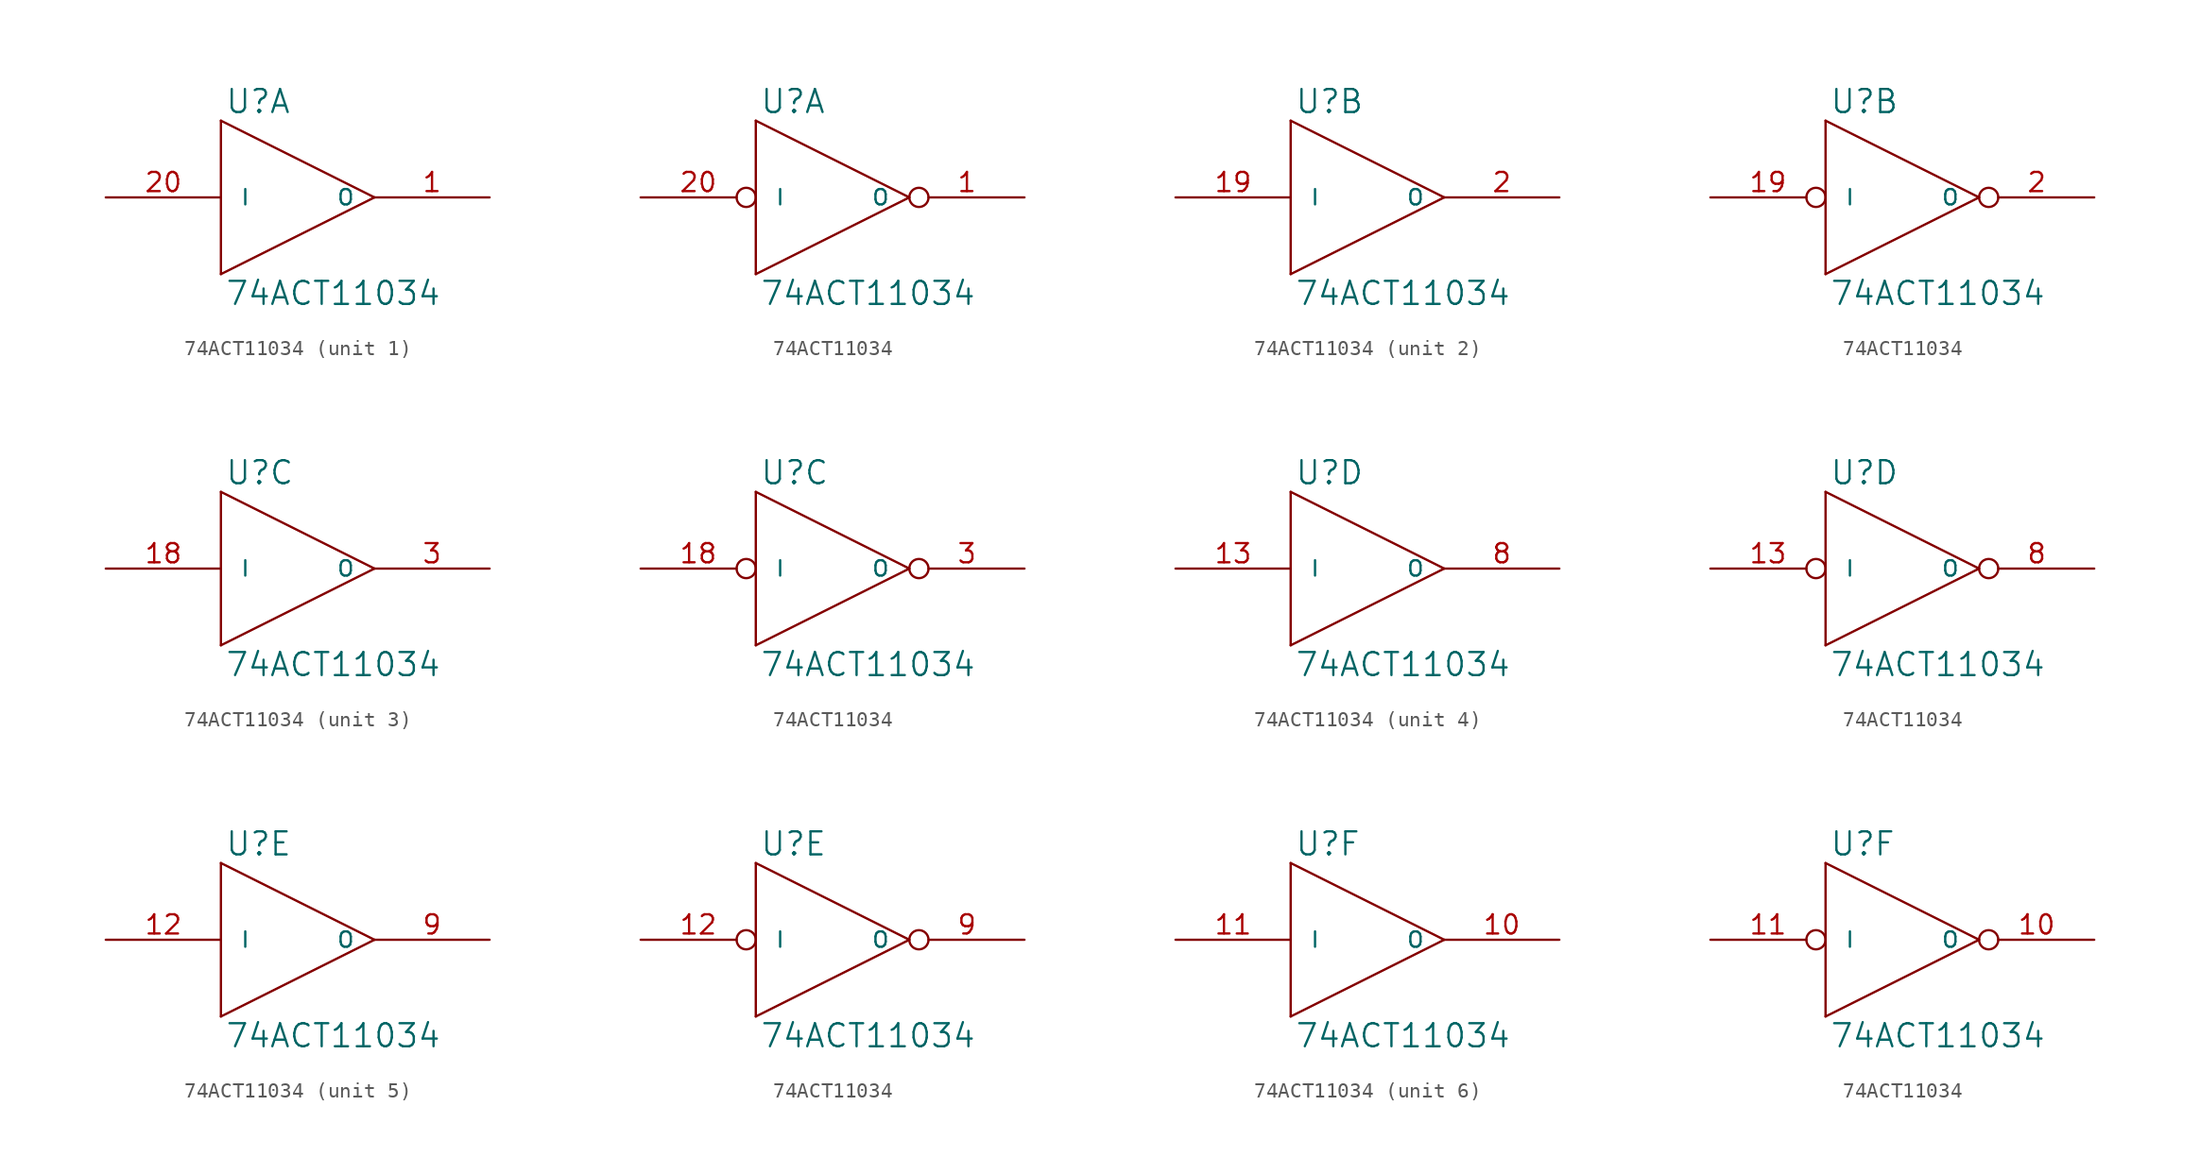
<source format=kicad_sym>
(kicad_symbol_lib
  (version 20231120)
  (generator "kicad_symbol_editor")
  (generator_version "8.0")
  (symbol "74ACT11034"
    (pin_names
      (offset 1.27))
    (property "Reference" "U"
      (at 0.254 0.381 0)
      (effects (font (size 1.524 1.524)) (justify left bottom)))
    (property "Value" "74ACT11034"
      (at 0.254 -10.541 0)
      (effects (font (size 1.524 1.524)) (justify left top)))
    (symbol "74ACT11034_0_1"
      (polyline (pts (xy 0 -10.16) (xy 0 0)) (stroke (width 0) (type solid)) (fill (type none)))
      (polyline (pts (xy 0 0) (xy 10.16 -5.08)) (stroke (width 0) (type solid)) (fill (type none)))
      (polyline (pts (xy 10.16 -5.08) (xy 0 -10.16)) (stroke (width 0) (type solid)) (fill (type none))))
    (symbol "74ACT11034_0_2"
      (polyline (pts (xy 0 -10.16) (xy 0 0)) (stroke (width 0) (type solid)) (fill (type none)))
      (polyline (pts (xy 0 0) (xy 10.16 -5.08)) (stroke (width 0) (type solid)) (fill (type none)))
      (polyline (pts (xy 10.16 -5.08) (xy 0 -10.16)) (stroke (width 0) (type solid)) (fill (type none))))
    (symbol "74ACT11034_1_1"
      (pin output line (at 17.78 -5.08 180) (length 7.62) (name "O" (effects (font (size 1.016 1.016)))) (number "1" (effects (font (size 1.27 1.27)))))
      (pin power_in line (at 2.54 0 270) (length 0) hide (name "VCC" (effects (font (size 1.016 1.016)))) (number "15" (effects (font (size 1.27 1.27)))))
      (pin power_in line (at 0 0 270) (length 0) hide (name "VCC" (effects (font (size 1.016 1.016)))) (number "16" (effects (font (size 1.27 1.27)))))
      (pin input line (at -7.62 -5.08 0) (length 7.62) (name "I" (effects (font (size 1.016 1.016)))) (number "20" (effects (font (size 1.27 1.27)))))
      (pin power_in line (at 0 -10.16 90) (length 0) hide (name "GND" (effects (font (size 1.016 1.016)))) (number "4" (effects (font (size 1.27 1.27)))))
      (pin power_in line (at 2.54 -10.16 90) (length 0) hide (name "GND" (effects (font (size 1.016 1.016)))) (number "5" (effects (font (size 1.27 1.27)))))
      (pin power_in line (at 5.08 -10.16 90) (length 0) hide (name "GND" (effects (font (size 1.016 1.016)))) (number "6" (effects (font (size 1.27 1.27)))))
      (pin power_in line (at 7.62 -10.16 90) (length 0) hide (name "GND" (effects (font (size 1.016 1.016)))) (number "7" (effects (font (size 1.27 1.27))))))
    (symbol "74ACT11034_1_2"
      (pin output inverted (at 17.78 -5.08 180) (length 7.62) (name "O" (effects (font (size 1.016 1.016)))) (number "1" (effects (font (size 1.27 1.27)))))
      (pin power_in line (at 2.54 0 270) (length 0) hide (name "VCC" (effects (font (size 1.016 1.016)))) (number "15" (effects (font (size 1.27 1.27)))))
      (pin power_in line (at 0 0 270) (length 0) hide (name "VCC" (effects (font (size 1.016 1.016)))) (number "16" (effects (font (size 1.27 1.27)))))
      (pin input inverted (at -7.62 -5.08 0) (length 7.62) (name "I" (effects (font (size 1.016 1.016)))) (number "20" (effects (font (size 1.27 1.27)))))
      (pin power_in line (at 0 -10.16 90) (length 0) hide (name "GND" (effects (font (size 1.016 1.016)))) (number "4" (effects (font (size 1.27 1.27)))))
      (pin power_in line (at 2.54 -10.16 90) (length 0) hide (name "GND" (effects (font (size 1.016 1.016)))) (number "5" (effects (font (size 1.27 1.27)))))
      (pin power_in line (at 5.08 -10.16 90) (length 0) hide (name "GND" (effects (font (size 1.016 1.016)))) (number "6" (effects (font (size 1.27 1.27)))))
      (pin power_in line (at 7.62 -10.16 90) (length 0) hide (name "GND" (effects (font (size 1.016 1.016)))) (number "7" (effects (font (size 1.27 1.27))))))
    (symbol "74ACT11034_2_1"
      (pin power_in line (at 2.54 0 270) (length 0) hide (name "VCC" (effects (font (size 1.016 1.016)))) (number "15" (effects (font (size 1.27 1.27)))))
      (pin power_in line (at 0 0 270) (length 0) hide (name "VCC" (effects (font (size 1.016 1.016)))) (number "16" (effects (font (size 1.27 1.27)))))
      (pin input line (at -7.62 -5.08 0) (length 7.62) (name "I" (effects (font (size 1.016 1.016)))) (number "19" (effects (font (size 1.27 1.27)))))
      (pin output line (at 17.78 -5.08 180) (length 7.62) (name "O" (effects (font (size 1.016 1.016)))) (number "2" (effects (font (size 1.27 1.27)))))
      (pin power_in line (at 0 -10.16 90) (length 0) hide (name "GND" (effects (font (size 1.016 1.016)))) (number "4" (effects (font (size 1.27 1.27)))))
      (pin power_in line (at 2.54 -10.16 90) (length 0) hide (name "GND" (effects (font (size 1.016 1.016)))) (number "5" (effects (font (size 1.27 1.27)))))
      (pin power_in line (at 5.08 -10.16 90) (length 0) hide (name "GND" (effects (font (size 1.016 1.016)))) (number "6" (effects (font (size 1.27 1.27)))))
      (pin power_in line (at 7.62 -10.16 90) (length 0) hide (name "GND" (effects (font (size 1.016 1.016)))) (number "7" (effects (font (size 1.27 1.27))))))
    (symbol "74ACT11034_2_2"
      (pin power_in line (at 2.54 0 270) (length 0) hide (name "VCC" (effects (font (size 1.016 1.016)))) (number "15" (effects (font (size 1.27 1.27)))))
      (pin power_in line (at 0 0 270) (length 0) hide (name "VCC" (effects (font (size 1.016 1.016)))) (number "16" (effects (font (size 1.27 1.27)))))
      (pin input inverted (at -7.62 -5.08 0) (length 7.62) (name "I" (effects (font (size 1.016 1.016)))) (number "19" (effects (font (size 1.27 1.27)))))
      (pin output inverted (at 17.78 -5.08 180) (length 7.62) (name "O" (effects (font (size 1.016 1.016)))) (number "2" (effects (font (size 1.27 1.27)))))
      (pin power_in line (at 0 -10.16 90) (length 0) hide (name "GND" (effects (font (size 1.016 1.016)))) (number "4" (effects (font (size 1.27 1.27)))))
      (pin power_in line (at 2.54 -10.16 90) (length 0) hide (name "GND" (effects (font (size 1.016 1.016)))) (number "5" (effects (font (size 1.27 1.27)))))
      (pin power_in line (at 5.08 -10.16 90) (length 0) hide (name "GND" (effects (font (size 1.016 1.016)))) (number "6" (effects (font (size 1.27 1.27)))))
      (pin power_in line (at 7.62 -10.16 90) (length 0) hide (name "GND" (effects (font (size 1.016 1.016)))) (number "7" (effects (font (size 1.27 1.27))))))
    (symbol "74ACT11034_3_1"
      (pin power_in line (at 2.54 0 270) (length 0) hide (name "VCC" (effects (font (size 1.016 1.016)))) (number "15" (effects (font (size 1.27 1.27)))))
      (pin power_in line (at 0 0 270) (length 0) hide (name "VCC" (effects (font (size 1.016 1.016)))) (number "16" (effects (font (size 1.27 1.27)))))
      (pin input line (at -7.62 -5.08 0) (length 7.62) (name "I" (effects (font (size 1.016 1.016)))) (number "18" (effects (font (size 1.27 1.27)))))
      (pin output line (at 17.78 -5.08 180) (length 7.62) (name "O" (effects (font (size 1.016 1.016)))) (number "3" (effects (font (size 1.27 1.27)))))
      (pin power_in line (at 0 -10.16 90) (length 0) hide (name "GND" (effects (font (size 1.016 1.016)))) (number "4" (effects (font (size 1.27 1.27)))))
      (pin power_in line (at 2.54 -10.16 90) (length 0) hide (name "GND" (effects (font (size 1.016 1.016)))) (number "5" (effects (font (size 1.27 1.27)))))
      (pin power_in line (at 5.08 -10.16 90) (length 0) hide (name "GND" (effects (font (size 1.016 1.016)))) (number "6" (effects (font (size 1.27 1.27)))))
      (pin power_in line (at 7.62 -10.16 90) (length 0) hide (name "GND" (effects (font (size 1.016 1.016)))) (number "7" (effects (font (size 1.27 1.27))))))
    (symbol "74ACT11034_3_2"
      (pin power_in line (at 2.54 0 270) (length 0) hide (name "VCC" (effects (font (size 1.016 1.016)))) (number "15" (effects (font (size 1.27 1.27)))))
      (pin power_in line (at 0 0 270) (length 0) hide (name "VCC" (effects (font (size 1.016 1.016)))) (number "16" (effects (font (size 1.27 1.27)))))
      (pin input inverted (at -7.62 -5.08 0) (length 7.62) (name "I" (effects (font (size 1.016 1.016)))) (number "18" (effects (font (size 1.27 1.27)))))
      (pin output inverted (at 17.78 -5.08 180) (length 7.62) (name "O" (effects (font (size 1.016 1.016)))) (number "3" (effects (font (size 1.27 1.27)))))
      (pin power_in line (at 0 -10.16 90) (length 0) hide (name "GND" (effects (font (size 1.016 1.016)))) (number "4" (effects (font (size 1.27 1.27)))))
      (pin power_in line (at 2.54 -10.16 90) (length 0) hide (name "GND" (effects (font (size 1.016 1.016)))) (number "5" (effects (font (size 1.27 1.27)))))
      (pin power_in line (at 5.08 -10.16 90) (length 0) hide (name "GND" (effects (font (size 1.016 1.016)))) (number "6" (effects (font (size 1.27 1.27)))))
      (pin power_in line (at 7.62 -10.16 90) (length 0) hide (name "GND" (effects (font (size 1.016 1.016)))) (number "7" (effects (font (size 1.27 1.27))))))
    (symbol "74ACT11034_4_1"
      (pin input line (at -7.62 -5.08 0) (length 7.62) (name "I" (effects (font (size 1.016 1.016)))) (number "13" (effects (font (size 1.27 1.27)))))
      (pin power_in line (at 2.54 0 270) (length 0) hide (name "VCC" (effects (font (size 1.016 1.016)))) (number "15" (effects (font (size 1.27 1.27)))))
      (pin power_in line (at 0 0 270) (length 0) hide (name "VCC" (effects (font (size 1.016 1.016)))) (number "16" (effects (font (size 1.27 1.27)))))
      (pin power_in line (at 0 -10.16 90) (length 0) hide (name "GND" (effects (font (size 1.016 1.016)))) (number "4" (effects (font (size 1.27 1.27)))))
      (pin power_in line (at 2.54 -10.16 90) (length 0) hide (name "GND" (effects (font (size 1.016 1.016)))) (number "5" (effects (font (size 1.27 1.27)))))
      (pin power_in line (at 5.08 -10.16 90) (length 0) hide (name "GND" (effects (font (size 1.016 1.016)))) (number "6" (effects (font (size 1.27 1.27)))))
      (pin power_in line (at 7.62 -10.16 90) (length 0) hide (name "GND" (effects (font (size 1.016 1.016)))) (number "7" (effects (font (size 1.27 1.27)))))
      (pin output line (at 17.78 -5.08 180) (length 7.62) (name "O" (effects (font (size 1.016 1.016)))) (number "8" (effects (font (size 1.27 1.27))))))
    (symbol "74ACT11034_4_2"
      (pin input inverted (at -7.62 -5.08 0) (length 7.62) (name "I" (effects (font (size 1.016 1.016)))) (number "13" (effects (font (size 1.27 1.27)))))
      (pin power_in line (at 2.54 0 270) (length 0) hide (name "VCC" (effects (font (size 1.016 1.016)))) (number "15" (effects (font (size 1.27 1.27)))))
      (pin power_in line (at 0 0 270) (length 0) hide (name "VCC" (effects (font (size 1.016 1.016)))) (number "16" (effects (font (size 1.27 1.27)))))
      (pin power_in line (at 0 -10.16 90) (length 0) hide (name "GND" (effects (font (size 1.016 1.016)))) (number "4" (effects (font (size 1.27 1.27)))))
      (pin power_in line (at 2.54 -10.16 90) (length 0) hide (name "GND" (effects (font (size 1.016 1.016)))) (number "5" (effects (font (size 1.27 1.27)))))
      (pin power_in line (at 5.08 -10.16 90) (length 0) hide (name "GND" (effects (font (size 1.016 1.016)))) (number "6" (effects (font (size 1.27 1.27)))))
      (pin power_in line (at 7.62 -10.16 90) (length 0) hide (name "GND" (effects (font (size 1.016 1.016)))) (number "7" (effects (font (size 1.27 1.27)))))
      (pin output inverted (at 17.78 -5.08 180) (length 7.62) (name "O" (effects (font (size 1.016 1.016)))) (number "8" (effects (font (size 1.27 1.27))))))
    (symbol "74ACT11034_5_1"
      (pin input line (at -7.62 -5.08 0) (length 7.62) (name "I" (effects (font (size 1.016 1.016)))) (number "12" (effects (font (size 1.27 1.27)))))
      (pin power_in line (at 2.54 0 270) (length 0) hide (name "VCC" (effects (font (size 1.016 1.016)))) (number "15" (effects (font (size 1.27 1.27)))))
      (pin power_in line (at 0 0 270) (length 0) hide (name "VCC" (effects (font (size 1.016 1.016)))) (number "16" (effects (font (size 1.27 1.27)))))
      (pin power_in line (at 0 -10.16 90) (length 0) hide (name "GND" (effects (font (size 1.016 1.016)))) (number "4" (effects (font (size 1.27 1.27)))))
      (pin power_in line (at 2.54 -10.16 90) (length 0) hide (name "GND" (effects (font (size 1.016 1.016)))) (number "5" (effects (font (size 1.27 1.27)))))
      (pin power_in line (at 5.08 -10.16 90) (length 0) hide (name "GND" (effects (font (size 1.016 1.016)))) (number "6" (effects (font (size 1.27 1.27)))))
      (pin power_in line (at 7.62 -10.16 90) (length 0) hide (name "GND" (effects (font (size 1.016 1.016)))) (number "7" (effects (font (size 1.27 1.27)))))
      (pin output line (at 17.78 -5.08 180) (length 7.62) (name "O" (effects (font (size 1.016 1.016)))) (number "9" (effects (font (size 1.27 1.27))))))
    (symbol "74ACT11034_5_2"
      (pin input inverted (at -7.62 -5.08 0) (length 7.62) (name "I" (effects (font (size 1.016 1.016)))) (number "12" (effects (font (size 1.27 1.27)))))
      (pin power_in line (at 2.54 0 270) (length 0) hide (name "VCC" (effects (font (size 1.016 1.016)))) (number "15" (effects (font (size 1.27 1.27)))))
      (pin power_in line (at 0 0 270) (length 0) hide (name "VCC" (effects (font (size 1.016 1.016)))) (number "16" (effects (font (size 1.27 1.27)))))
      (pin power_in line (at 0 -10.16 90) (length 0) hide (name "GND" (effects (font (size 1.016 1.016)))) (number "4" (effects (font (size 1.27 1.27)))))
      (pin power_in line (at 2.54 -10.16 90) (length 0) hide (name "GND" (effects (font (size 1.016 1.016)))) (number "5" (effects (font (size 1.27 1.27)))))
      (pin power_in line (at 5.08 -10.16 90) (length 0) hide (name "GND" (effects (font (size 1.016 1.016)))) (number "6" (effects (font (size 1.27 1.27)))))
      (pin power_in line (at 7.62 -10.16 90) (length 0) hide (name "GND" (effects (font (size 1.016 1.016)))) (number "7" (effects (font (size 1.27 1.27)))))
      (pin output inverted (at 17.78 -5.08 180) (length 7.62) (name "O" (effects (font (size 1.016 1.016)))) (number "9" (effects (font (size 1.27 1.27))))))
    (symbol "74ACT11034_6_1"
      (pin output line (at 17.78 -5.08 180) (length 7.62) (name "O" (effects (font (size 1.016 1.016)))) (number "10" (effects (font (size 1.27 1.27)))))
      (pin input line (at -7.62 -5.08 0) (length 7.62) (name "I" (effects (font (size 1.016 1.016)))) (number "11" (effects (font (size 1.27 1.27)))))
      (pin power_in line (at 2.54 0 270) (length 0) hide (name "VCC" (effects (font (size 1.016 1.016)))) (number "15" (effects (font (size 1.27 1.27)))))
      (pin power_in line (at 0 0 270) (length 0) hide (name "VCC" (effects (font (size 1.016 1.016)))) (number "16" (effects (font (size 1.27 1.27)))))
      (pin power_in line (at 0 -10.16 90) (length 0) hide (name "GND" (effects (font (size 1.016 1.016)))) (number "4" (effects (font (size 1.27 1.27)))))
      (pin power_in line (at 2.54 -10.16 90) (length 0) hide (name "GND" (effects (font (size 1.016 1.016)))) (number "5" (effects (font (size 1.27 1.27)))))
      (pin power_in line (at 5.08 -10.16 90) (length 0) hide (name "GND" (effects (font (size 1.016 1.016)))) (number "6" (effects (font (size 1.27 1.27)))))
      (pin power_in line (at 7.62 -10.16 90) (length 0) hide (name "GND" (effects (font (size 1.016 1.016)))) (number "7" (effects (font (size 1.27 1.27))))))
    (symbol "74ACT11034_6_2"
      (pin output inverted (at 17.78 -5.08 180) (length 7.62) (name "O" (effects (font (size 1.016 1.016)))) (number "10" (effects (font (size 1.27 1.27)))))
      (pin input inverted (at -7.62 -5.08 0) (length 7.62) (name "I" (effects (font (size 1.016 1.016)))) (number "11" (effects (font (size 1.27 1.27)))))
      (pin power_in line (at 2.54 0 270) (length 0) hide (name "VCC" (effects (font (size 1.016 1.016)))) (number "15" (effects (font (size 1.27 1.27)))))
      (pin power_in line (at 0 0 270) (length 0) hide (name "VCC" (effects (font (size 1.016 1.016)))) (number "16" (effects (font (size 1.27 1.27)))))
      (pin power_in line (at 0 -10.16 90) (length 0) hide (name "GND" (effects (font (size 1.016 1.016)))) (number "4" (effects (font (size 1.27 1.27)))))
      (pin power_in line (at 2.54 -10.16 90) (length 0) hide (name "GND" (effects (font (size 1.016 1.016)))) (number "5" (effects (font (size 1.27 1.27)))))
      (pin power_in line (at 5.08 -10.16 90) (length 0) hide (name "GND" (effects (font (size 1.016 1.016)))) (number "6" (effects (font (size 1.27 1.27)))))
      (pin power_in line (at 7.62 -10.16 90) (length 0) hide (name "GND" (effects (font (size 1.016 1.016)))) (number "7" (effects (font (size 1.27 1.27))))))))
</source>
